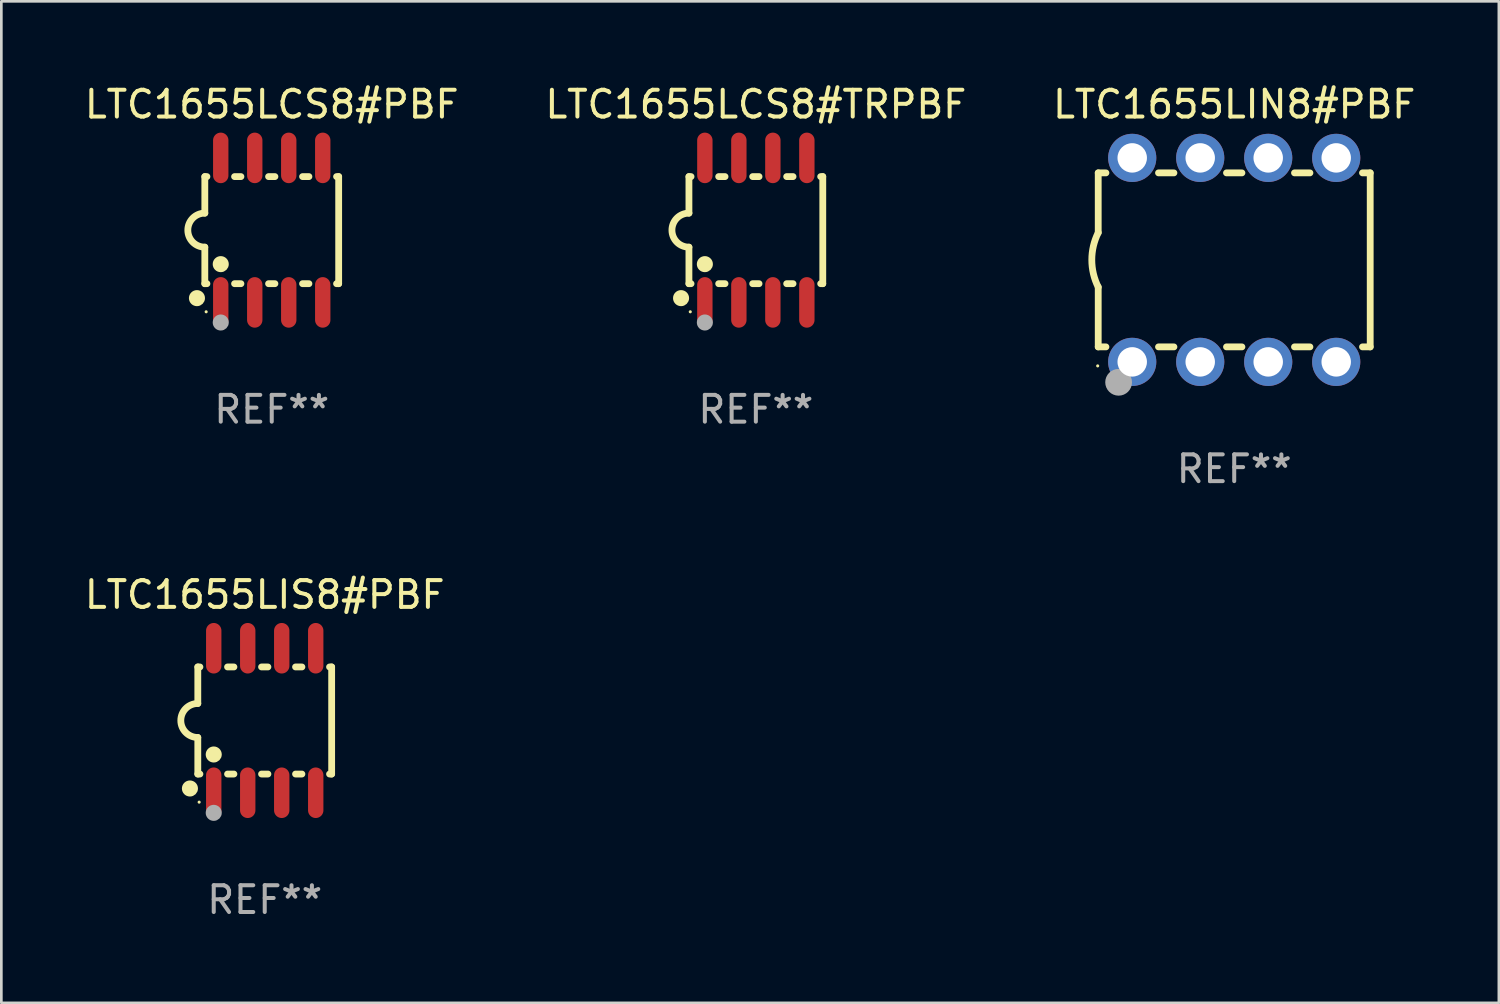
<source format=kicad_pcb>
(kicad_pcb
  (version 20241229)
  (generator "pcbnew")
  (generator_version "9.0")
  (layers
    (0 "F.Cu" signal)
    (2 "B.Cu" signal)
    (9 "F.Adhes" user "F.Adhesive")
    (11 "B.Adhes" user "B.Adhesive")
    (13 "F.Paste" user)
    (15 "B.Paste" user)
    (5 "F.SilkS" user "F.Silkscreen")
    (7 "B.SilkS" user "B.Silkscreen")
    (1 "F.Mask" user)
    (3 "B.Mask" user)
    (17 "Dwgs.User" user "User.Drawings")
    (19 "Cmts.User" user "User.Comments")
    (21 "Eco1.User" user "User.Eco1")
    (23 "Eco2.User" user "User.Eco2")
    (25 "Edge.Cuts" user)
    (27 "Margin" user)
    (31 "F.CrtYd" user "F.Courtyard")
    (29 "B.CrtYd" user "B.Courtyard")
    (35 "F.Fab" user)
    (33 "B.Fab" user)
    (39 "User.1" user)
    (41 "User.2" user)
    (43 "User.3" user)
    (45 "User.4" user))
  (footprint "LTC1655LCS8#PBF"
    (layer "F.Cu")
    (at 7.101 5.547)
    (property "Reference" "LTC1655LCS8#PBF" (at 0 -4.699 0) (layer "F.SilkS") (effects (font (size 1 1) (thickness 0.15))))
    (attr through_hole)
    (fp_line (start -2.5 -2) (end -2.5 -0.635) (stroke (width 0.254) (type solid)) (layer "F.SilkS"))
    (fp_line (start -2.5 -2) (end -2.421 -2) (stroke (width 0.254) (type solid)) (layer "F.SilkS"))
    (fp_line (start -2.5 2) (end -2.5 0.635) (stroke (width 0.254) (type solid)) (layer "F.SilkS"))
    (fp_line (start -2.5 2) (end -2.421 2) (stroke (width 0.254) (type solid)) (layer "F.SilkS"))
    (fp_line (start -1.389 -2) (end -1.151 -2) (stroke (width 0.254) (type solid)) (layer "F.SilkS"))
    (fp_line (start -1.389 2) (end -1.151 2) (stroke (width 0.254) (type solid)) (layer "F.SilkS"))
    (fp_line (start -0.119 -2) (end 0.119 -2) (stroke (width 0.254) (type solid)) (layer "F.SilkS"))
    (fp_line (start -0.119 2) (end 0.119 2) (stroke (width 0.254) (type solid)) (layer "F.SilkS"))
    (fp_line (start 1.151 -2) (end 1.389 -2) (stroke (width 0.254) (type solid)) (layer "F.SilkS"))
    (fp_line (start 1.151 2) (end 1.389 2) (stroke (width 0.254) (type solid)) (layer "F.SilkS"))
    (fp_line (start 2.421 -2) (end 2.5 -2) (stroke (width 0.254) (type solid)) (layer "F.SilkS"))
    (fp_line (start 2.421 2) (end 2.5 2) (stroke (width 0.254) (type solid)) (layer "F.SilkS"))
    (fp_line (start 2.5 -2) (end 2.5 2) (stroke (width 0.254) (type solid)) (layer "F.SilkS"))
    (fp_arc (start -2.5 0.635001) (mid -3.134366 -0.000318) (end -2.499365 -0.635001) (stroke (width 0.254001) (type solid)) (layer "F.SilkS"))
    (fp_circle (center -2.794 2.54) (end -2.644 2.54) (stroke (width 0.3) (type solid)) (fill no) (layer "F.SilkS"))
    (fp_circle (center -2.45 3.05) (end -2.42 3.05) (stroke (width 0.06) (type solid)) (fill no) (layer "F.SilkS"))
    (fp_circle (center -1.905 1.27) (end -1.755 1.27) (stroke (width 0.3) (type solid)) (fill no) (layer "F.SilkS"))
    (fp_circle (center -1.905 3.45) (end -1.755 3.45) (stroke (width 0.3) (type solid)) (fill no) (layer "F.Fab"))
    (fp_text user "REF**" (at 0 6.699 0) (layer "F.Fab") (effects (font (size 1 1) (thickness 0.15))))
    (pad "1" smd oval (at -1.905 2.699) (size 0.574 1.888) (layers "F.Cu" "F.Mask" "F.Paste"))
    (pad "2" smd oval (at -0.635 2.699) (size 0.574 1.888) (layers "F.Cu" "F.Mask" "F.Paste"))
    (pad "3" smd oval (at 0.635 2.699) (size 0.574 1.888) (layers "F.Cu" "F.Mask" "F.Paste"))
    (pad "4" smd oval (at 1.905 2.699) (size 0.574 1.888) (layers "F.Cu" "F.Mask" "F.Paste"))
    (pad "5" smd oval (at 1.905 -2.699) (size 0.574 1.888) (layers "F.Cu" "F.Mask" "F.Paste"))
    (pad "6" smd oval (at 0.635 -2.699) (size 0.574 1.888) (layers "F.Cu" "F.Mask" "F.Paste"))
    (pad "7" smd oval (at -0.635 -2.699) (size 0.574 1.888) (layers "F.Cu" "F.Mask" "F.Paste"))
    (pad "8" smd oval (at -1.905 -2.699) (size 0.574 1.888) (layers "F.Cu" "F.Mask" "F.Paste")))
  (footprint "LTC1655LIS8#PBF"
    (layer "F.Cu")
    (at 6.839 23.864)
    (property "Reference" "LTC1655LIS8#PBF" (at 0 -4.699 0) (layer "F.SilkS") (effects (font (size 1 1) (thickness 0.15))))
    (attr through_hole)
    (fp_line (start -2.5 -2) (end -2.5 -0.635) (stroke (width 0.254) (type solid)) (layer "F.SilkS"))
    (fp_line (start -2.5 -2) (end -2.421 -2) (stroke (width 0.254) (type solid)) (layer "F.SilkS"))
    (fp_line (start -2.5 2) (end -2.5 0.635) (stroke (width 0.254) (type solid)) (layer "F.SilkS"))
    (fp_line (start -2.5 2) (end -2.421 2) (stroke (width 0.254) (type solid)) (layer "F.SilkS"))
    (fp_line (start -1.389 -2) (end -1.151 -2) (stroke (width 0.254) (type solid)) (layer "F.SilkS"))
    (fp_line (start -1.389 2) (end -1.151 2) (stroke (width 0.254) (type solid)) (layer "F.SilkS"))
    (fp_line (start -0.119 -2) (end 0.119 -2) (stroke (width 0.254) (type solid)) (layer "F.SilkS"))
    (fp_line (start -0.119 2) (end 0.119 2) (stroke (width 0.254) (type solid)) (layer "F.SilkS"))
    (fp_line (start 1.151 -2) (end 1.389 -2) (stroke (width 0.254) (type solid)) (layer "F.SilkS"))
    (fp_line (start 1.151 2) (end 1.389 2) (stroke (width 0.254) (type solid)) (layer "F.SilkS"))
    (fp_line (start 2.421 -2) (end 2.5 -2) (stroke (width 0.254) (type solid)) (layer "F.SilkS"))
    (fp_line (start 2.421 2) (end 2.5 2) (stroke (width 0.254) (type solid)) (layer "F.SilkS"))
    (fp_line (start 2.5 -2) (end 2.5 2) (stroke (width 0.254) (type solid)) (layer "F.SilkS"))
    (fp_arc (start -2.5 0.635001) (mid -3.134366 -0.000318) (end -2.499365 -0.635001) (stroke (width 0.254001) (type solid)) (layer "F.SilkS"))
    (fp_circle (center -2.794 2.54) (end -2.644 2.54) (stroke (width 0.3) (type solid)) (fill no) (layer "F.SilkS"))
    (fp_circle (center -2.45 3.05) (end -2.42 3.05) (stroke (width 0.06) (type solid)) (fill no) (layer "F.SilkS"))
    (fp_circle (center -1.905 1.27) (end -1.755 1.27) (stroke (width 0.3) (type solid)) (fill no) (layer "F.SilkS"))
    (fp_circle (center -1.905 3.45) (end -1.755 3.45) (stroke (width 0.3) (type solid)) (fill no) (layer "F.Fab"))
    (fp_text user "REF**" (at 0 6.699 0) (layer "F.Fab") (effects (font (size 1 1) (thickness 0.15))))
    (pad "1" smd oval (at -1.905 2.699) (size 0.574 1.888) (layers "F.Cu" "F.Mask" "F.Paste"))
    (pad "2" smd oval (at -0.635 2.699) (size 0.574 1.888) (layers "F.Cu" "F.Mask" "F.Paste"))
    (pad "3" smd oval (at 0.635 2.699) (size 0.574 1.888) (layers "F.Cu" "F.Mask" "F.Paste"))
    (pad "4" smd oval (at 1.905 2.699) (size 0.574 1.888) (layers "F.Cu" "F.Mask" "F.Paste"))
    (pad "5" smd oval (at 1.905 -2.699) (size 0.574 1.888) (layers "F.Cu" "F.Mask" "F.Paste"))
    (pad "6" smd oval (at 0.635 -2.699) (size 0.574 1.888) (layers "F.Cu" "F.Mask" "F.Paste"))
    (pad "7" smd oval (at -0.635 -2.699) (size 0.574 1.888) (layers "F.Cu" "F.Mask" "F.Paste"))
    (pad "8" smd oval (at -1.905 -2.699) (size 0.574 1.888) (layers "F.Cu" "F.Mask" "F.Paste")))
  (footprint "LTC1655LIN8#PBF"
    (layer "F.Cu")
    (at 43.054 6.658)
    (property "Reference" "LTC1655LIN8#PBF" (at 0 -5.81 0) (layer "F.SilkS") (effects (font (size 1 1) (thickness 0.15))))
    (attr through_hole)
    (fp_line (start -5.08 -3.25) (end -5.08 -1.017) (stroke (width 0.254) (type solid)) (layer "F.SilkS"))
    (fp_line (start -5.08 -3.25) (end -4.792 -3.25) (stroke (width 0.254) (type solid)) (layer "F.SilkS"))
    (fp_line (start -5.08 3.25) (end -5.08 1.015) (stroke (width 0.254) (type solid)) (layer "F.SilkS"))
    (fp_line (start -5.08 3.25) (end -4.792 3.25) (stroke (width 0.254) (type solid)) (layer "F.SilkS"))
    (fp_line (start -2.828 -3.25) (end -2.252 -3.25) (stroke (width 0.254) (type solid)) (layer "F.SilkS"))
    (fp_line (start -2.828 3.25) (end -2.252 3.25) (stroke (width 0.254) (type solid)) (layer "F.SilkS"))
    (fp_line (start -0.288 -3.25) (end 0.288 -3.25) (stroke (width 0.254) (type solid)) (layer "F.SilkS"))
    (fp_line (start -0.288 3.25) (end 0.288 3.25) (stroke (width 0.254) (type solid)) (layer "F.SilkS"))
    (fp_line (start 2.252 -3.25) (end 2.828 -3.25) (stroke (width 0.254) (type solid)) (layer "F.SilkS"))
    (fp_line (start 2.252 3.25) (end 2.828 3.25) (stroke (width 0.254) (type solid)) (layer "F.SilkS"))
    (fp_line (start 4.792 -3.25) (end 5.08 -3.25) (stroke (width 0.254) (type solid)) (layer "F.SilkS"))
    (fp_line (start 4.792 3.25) (end 5.08 3.25) (stroke (width 0.254) (type solid)) (layer "F.SilkS"))
    (fp_line (start 5.08 -3.25) (end 5.08 3.25) (stroke (width 0.254) (type solid)) (layer "F.SilkS"))
    (fp_arc (start -5.08001 1.01524) (mid -5.319856 -0.000762) (end -5.08001 -1.016764) (stroke (width 0.254001) (type solid)) (layer "F.SilkS"))
    (fp_circle (center -5.1 3.96) (end -5.07 3.96) (stroke (width 0.06) (type solid)) (fill no) (layer "F.SilkS"))
    (fp_circle (center -4.318 4.572) (end -4.068 4.572) (stroke (width 0.5) (type solid)) (fill no) (layer "F.Fab"))
    (fp_text user "REF**" (at 0 7.81 0) (layer "F.Fab") (effects (font (size 1 1) (thickness 0.15))))
    (pad "1" thru_hole circle (at -3.81 3.81) (size 1.8 1.8) (drill 1.1) (layers "*.Cu" "*.Mask"))
    (pad "2" thru_hole circle (at -1.27 3.81) (size 1.8 1.8) (drill 1.1) (layers "*.Cu" "*.Mask"))
    (pad "3" thru_hole circle (at 1.27 3.81) (size 1.8 1.8) (drill 1.1) (layers "*.Cu" "*.Mask"))
    (pad "4" thru_hole circle (at 3.81 3.81) (size 1.8 1.8) (drill 1.1) (layers "*.Cu" "*.Mask"))
    (pad "5" thru_hole circle (at 3.81 -3.81) (size 1.8 1.8) (drill 1.1) (layers "*.Cu" "*.Mask"))
    (pad "6" thru_hole circle (at 1.27 -3.81) (size 1.8 1.8) (drill 1.1) (layers "*.Cu" "*.Mask"))
    (pad "7" thru_hole circle (at -1.27 -3.81) (size 1.8 1.8) (drill 1.1) (layers "*.Cu" "*.Mask"))
    (pad "8" thru_hole circle (at -3.81 -3.81) (size 1.8 1.8) (drill 1.1) (layers "*.Cu" "*.Mask")))
  (footprint "LTC1655LCS8#TRPBF"
    (layer "F.Cu")
    (at 25.185 5.547)
    (property "Reference" "LTC1655LCS8#TRPBF" (at 0 -4.699 0) (layer "F.SilkS") (effects (font (size 1 1) (thickness 0.15))))
    (attr through_hole)
    (fp_line (start -2.5 -2) (end -2.5 -0.635) (stroke (width 0.254) (type solid)) (layer "F.SilkS"))
    (fp_line (start -2.5 -2) (end -2.421 -2) (stroke (width 0.254) (type solid)) (layer "F.SilkS"))
    (fp_line (start -2.5 2) (end -2.5 0.635) (stroke (width 0.254) (type solid)) (layer "F.SilkS"))
    (fp_line (start -2.5 2) (end -2.421 2) (stroke (width 0.254) (type solid)) (layer "F.SilkS"))
    (fp_line (start -1.389 -2) (end -1.151 -2) (stroke (width 0.254) (type solid)) (layer "F.SilkS"))
    (fp_line (start -1.389 2) (end -1.151 2) (stroke (width 0.254) (type solid)) (layer "F.SilkS"))
    (fp_line (start -0.119 -2) (end 0.119 -2) (stroke (width 0.254) (type solid)) (layer "F.SilkS"))
    (fp_line (start -0.119 2) (end 0.119 2) (stroke (width 0.254) (type solid)) (layer "F.SilkS"))
    (fp_line (start 1.151 -2) (end 1.389 -2) (stroke (width 0.254) (type solid)) (layer "F.SilkS"))
    (fp_line (start 1.151 2) (end 1.389 2) (stroke (width 0.254) (type solid)) (layer "F.SilkS"))
    (fp_line (start 2.421 -2) (end 2.5 -2) (stroke (width 0.254) (type solid)) (layer "F.SilkS"))
    (fp_line (start 2.421 2) (end 2.5 2) (stroke (width 0.254) (type solid)) (layer "F.SilkS"))
    (fp_line (start 2.5 -2) (end 2.5 2) (stroke (width 0.254) (type solid)) (layer "F.SilkS"))
    (fp_arc (start -2.5 0.635001) (mid -3.134366 -0.000318) (end -2.499365 -0.635001) (stroke (width 0.254001) (type solid)) (layer "F.SilkS"))
    (fp_circle (center -2.794 2.54) (end -2.644 2.54) (stroke (width 0.3) (type solid)) (fill no) (layer "F.SilkS"))
    (fp_circle (center -2.45 3.05) (end -2.42 3.05) (stroke (width 0.06) (type solid)) (fill no) (layer "F.SilkS"))
    (fp_circle (center -1.905 1.27) (end -1.755 1.27) (stroke (width 0.3) (type solid)) (fill no) (layer "F.SilkS"))
    (fp_circle (center -1.905 3.45) (end -1.755 3.45) (stroke (width 0.3) (type solid)) (fill no) (layer "F.Fab"))
    (fp_text user "REF**" (at 0 6.699 0) (layer "F.Fab") (effects (font (size 1 1) (thickness 0.15))))
    (pad "1" smd oval (at -1.905 2.699) (size 0.574 1.888) (layers "F.Cu" "F.Mask" "F.Paste"))
    (pad "2" smd oval (at -0.635 2.699) (size 0.574 1.888) (layers "F.Cu" "F.Mask" "F.Paste"))
    (pad "3" smd oval (at 0.635 2.699) (size 0.574 1.888) (layers "F.Cu" "F.Mask" "F.Paste"))
    (pad "4" smd oval (at 1.905 2.699) (size 0.574 1.888) (layers "F.Cu" "F.Mask" "F.Paste"))
    (pad "5" smd oval (at 1.905 -2.699) (size 0.574 1.888) (layers "F.Cu" "F.Mask" "F.Paste"))
    (pad "6" smd oval (at 0.635 -2.699) (size 0.574 1.888) (layers "F.Cu" "F.Mask" "F.Paste"))
    (pad "7" smd oval (at -0.635 -2.699) (size 0.574 1.888) (layers "F.Cu" "F.Mask" "F.Paste"))
    (pad "8" smd oval (at -1.905 -2.699) (size 0.574 1.888) (layers "F.Cu" "F.Mask" "F.Paste")))
  (gr_rect
    (start -3 -3)
    (end 52.94 34.411)
    (stroke (width 0.1) (type default))
    (fill no)
    (layer "Edge.Cuts")))
</source>
